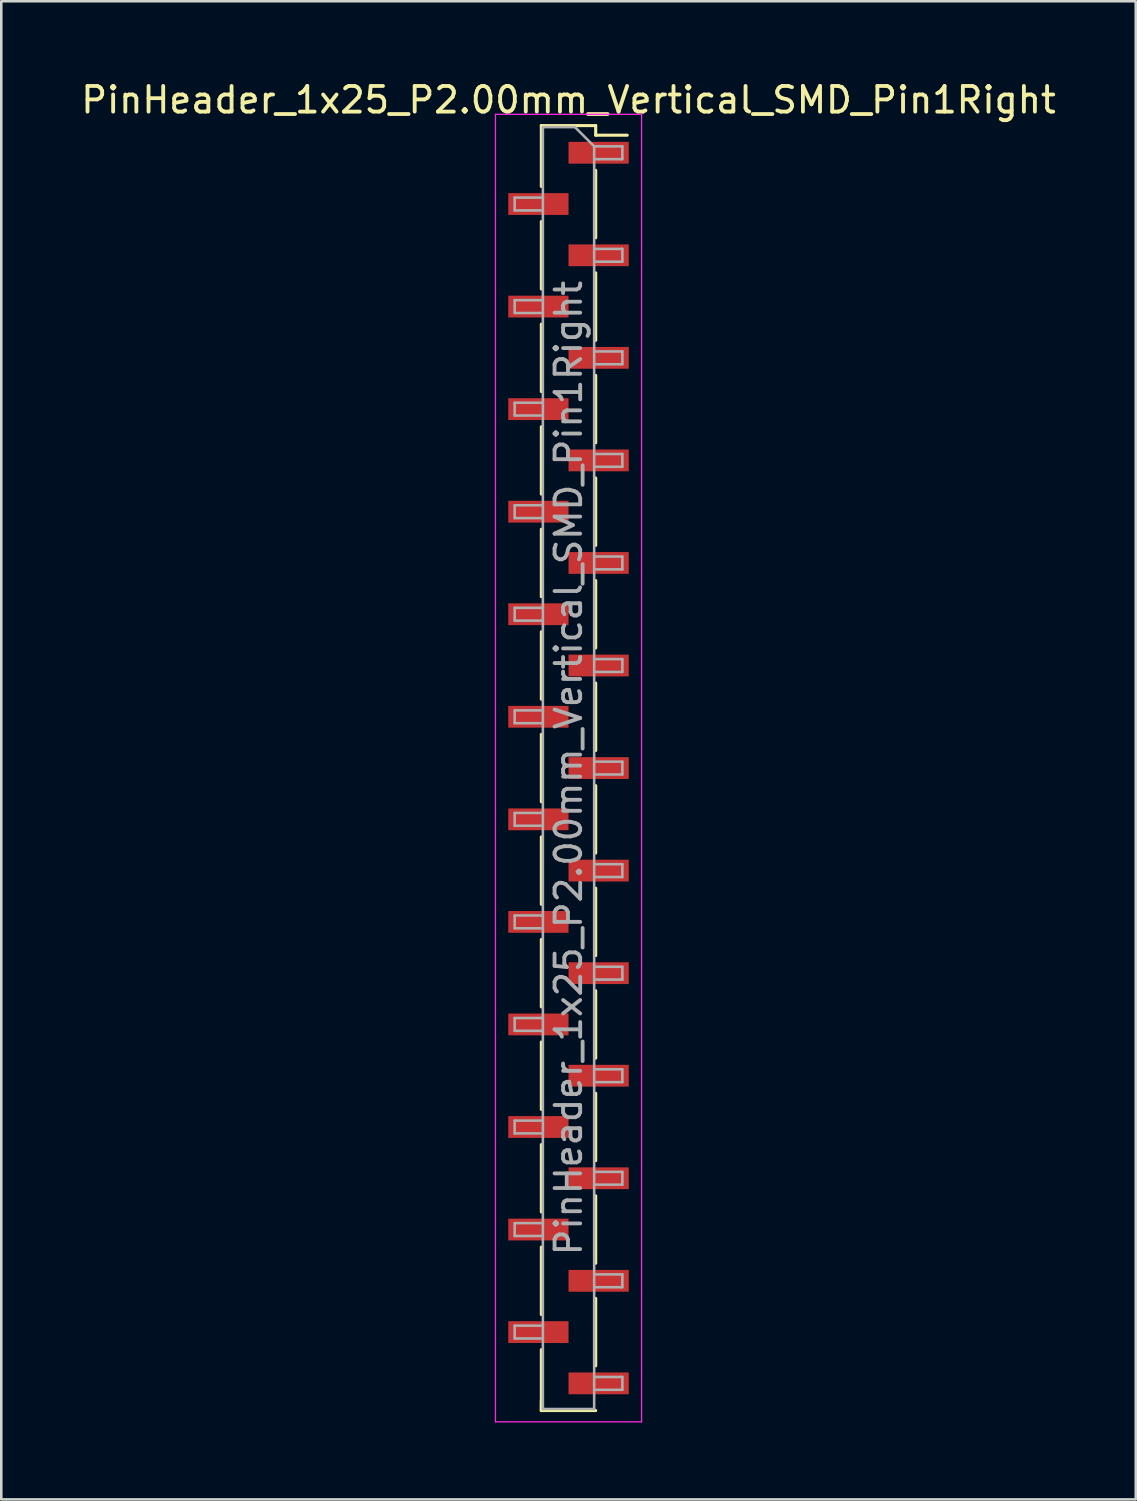
<source format=kicad_pcb>
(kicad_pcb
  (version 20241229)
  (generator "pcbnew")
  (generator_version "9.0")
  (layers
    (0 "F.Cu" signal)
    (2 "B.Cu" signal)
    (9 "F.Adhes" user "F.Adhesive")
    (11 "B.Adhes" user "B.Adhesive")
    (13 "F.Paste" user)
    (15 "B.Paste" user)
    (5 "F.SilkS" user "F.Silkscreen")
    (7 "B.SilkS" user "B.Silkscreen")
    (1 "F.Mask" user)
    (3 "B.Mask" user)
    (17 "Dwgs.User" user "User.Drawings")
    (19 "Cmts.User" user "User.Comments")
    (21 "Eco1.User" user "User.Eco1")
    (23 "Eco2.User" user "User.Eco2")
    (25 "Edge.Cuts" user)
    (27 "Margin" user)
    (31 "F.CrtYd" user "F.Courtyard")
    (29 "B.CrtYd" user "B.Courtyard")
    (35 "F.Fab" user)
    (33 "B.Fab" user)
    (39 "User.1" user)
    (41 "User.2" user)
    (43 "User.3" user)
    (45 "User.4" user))
  (footprint "PinHeader_1x25_P2.00mm_Vertical_SMD_Pin1Right"
    (layer "F.Cu")
    (at 19.125 26.908)
    (property "Reference" "PinHeader_1x25_P2.00mm_Vertical_SMD_Pin1Right" (at 0 -26.06 0) (layer "F.SilkS") (effects (font (size 1 1) (thickness 0.15))))
    (attr smd)
    (fp_line (start -1.06 -25.06) (end -1.06 -22.685) (stroke (width 0.12) (type solid)) (layer "F.SilkS"))
    (fp_line (start -1.06 -25.06) (end 1.06 -25.06) (stroke (width 0.12) (type solid)) (layer "F.SilkS"))
    (fp_line (start -1.06 -21.315) (end -1.06 -18.685) (stroke (width 0.12) (type solid)) (layer "F.SilkS"))
    (fp_line (start -1.06 -17.315) (end -1.06 -14.685) (stroke (width 0.12) (type solid)) (layer "F.SilkS"))
    (fp_line (start -1.06 -13.315) (end -1.06 -10.685) (stroke (width 0.12) (type solid)) (layer "F.SilkS"))
    (fp_line (start -1.06 -9.315) (end -1.06 -6.685) (stroke (width 0.12) (type solid)) (layer "F.SilkS"))
    (fp_line (start -1.06 -5.315) (end -1.06 -2.685) (stroke (width 0.12) (type solid)) (layer "F.SilkS"))
    (fp_line (start -1.06 -1.315) (end -1.06 1.315) (stroke (width 0.12) (type solid)) (layer "F.SilkS"))
    (fp_line (start -1.06 2.685) (end -1.06 5.315) (stroke (width 0.12) (type solid)) (layer "F.SilkS"))
    (fp_line (start -1.06 6.685) (end -1.06 9.315) (stroke (width 0.12) (type solid)) (layer "F.SilkS"))
    (fp_line (start -1.06 10.685) (end -1.06 13.315) (stroke (width 0.12) (type solid)) (layer "F.SilkS"))
    (fp_line (start -1.06 14.685) (end -1.06 17.315) (stroke (width 0.12) (type solid)) (layer "F.SilkS"))
    (fp_line (start -1.06 18.685) (end -1.06 21.315) (stroke (width 0.12) (type solid)) (layer "F.SilkS"))
    (fp_line (start -1.06 22.685) (end -1.06 25.06) (stroke (width 0.12) (type solid)) (layer "F.SilkS"))
    (fp_line (start -1.06 24.685) (end -1.06 25.06) (stroke (width 0.12) (type solid)) (layer "F.SilkS"))
    (fp_line (start -1.06 25.06) (end 1.06 25.06) (stroke (width 0.12) (type solid)) (layer "F.SilkS"))
    (fp_line (start 1.06 -25.06) (end 1.06 -24.685) (stroke (width 0.12) (type solid)) (layer "F.SilkS"))
    (fp_line (start 1.06 -24.685) (end 2.29 -24.685) (stroke (width 0.12) (type solid)) (layer "F.SilkS"))
    (fp_line (start 1.06 -23.315) (end 1.06 -20.685) (stroke (width 0.12) (type solid)) (layer "F.SilkS"))
    (fp_line (start 1.06 -19.315) (end 1.06 -16.685) (stroke (width 0.12) (type solid)) (layer "F.SilkS"))
    (fp_line (start 1.06 -15.315) (end 1.06 -12.685) (stroke (width 0.12) (type solid)) (layer "F.SilkS"))
    (fp_line (start 1.06 -11.315) (end 1.06 -8.685) (stroke (width 0.12) (type solid)) (layer "F.SilkS"))
    (fp_line (start 1.06 -7.315) (end 1.06 -4.685) (stroke (width 0.12) (type solid)) (layer "F.SilkS"))
    (fp_line (start 1.06 -3.315) (end 1.06 -0.685) (stroke (width 0.12) (type solid)) (layer "F.SilkS"))
    (fp_line (start 1.06 0.685) (end 1.06 3.315) (stroke (width 0.12) (type solid)) (layer "F.SilkS"))
    (fp_line (start 1.06 4.685) (end 1.06 7.315) (stroke (width 0.12) (type solid)) (layer "F.SilkS"))
    (fp_line (start 1.06 8.685) (end 1.06 11.315) (stroke (width 0.12) (type solid)) (layer "F.SilkS"))
    (fp_line (start 1.06 12.685) (end 1.06 15.315) (stroke (width 0.12) (type solid)) (layer "F.SilkS"))
    (fp_line (start 1.06 16.685) (end 1.06 19.315) (stroke (width 0.12) (type solid)) (layer "F.SilkS"))
    (fp_line (start 1.06 20.685) (end 1.06 23.315) (stroke (width 0.12) (type solid)) (layer "F.SilkS"))
    (fp_line (start -2.85 -25.5) (end -2.85 25.5) (stroke (width 0.05) (type solid)) (layer "F.CrtYd"))
    (fp_line (start -2.85 25.5) (end 2.85 25.5) (stroke (width 0.05) (type solid)) (layer "F.CrtYd"))
    (fp_line (start 2.85 -25.5) (end -2.85 -25.5) (stroke (width 0.05) (type solid)) (layer "F.CrtYd"))
    (fp_line (start 2.85 25.5) (end 2.85 -25.5) (stroke (width 0.05) (type solid)) (layer "F.CrtYd"))
    (fp_line (start -2.1 -22.25) (end -2.1 -21.75) (stroke (width 0.1) (type solid)) (layer "F.Fab"))
    (fp_line (start -2.1 -21.75) (end -1 -21.75) (stroke (width 0.1) (type solid)) (layer "F.Fab"))
    (fp_line (start -2.1 -18.25) (end -2.1 -17.75) (stroke (width 0.1) (type solid)) (layer "F.Fab"))
    (fp_line (start -2.1 -17.75) (end -1 -17.75) (stroke (width 0.1) (type solid)) (layer "F.Fab"))
    (fp_line (start -2.1 -14.25) (end -2.1 -13.75) (stroke (width 0.1) (type solid)) (layer "F.Fab"))
    (fp_line (start -2.1 -13.75) (end -1 -13.75) (stroke (width 0.1) (type solid)) (layer "F.Fab"))
    (fp_line (start -2.1 -10.25) (end -2.1 -9.75) (stroke (width 0.1) (type solid)) (layer "F.Fab"))
    (fp_line (start -2.1 -9.75) (end -1 -9.75) (stroke (width 0.1) (type solid)) (layer "F.Fab"))
    (fp_line (start -2.1 -6.25) (end -2.1 -5.75) (stroke (width 0.1) (type solid)) (layer "F.Fab"))
    (fp_line (start -2.1 -5.75) (end -1 -5.75) (stroke (width 0.1) (type solid)) (layer "F.Fab"))
    (fp_line (start -2.1 -2.25) (end -2.1 -1.75) (stroke (width 0.1) (type solid)) (layer "F.Fab"))
    (fp_line (start -2.1 -1.75) (end -1 -1.75) (stroke (width 0.1) (type solid)) (layer "F.Fab"))
    (fp_line (start -2.1 1.75) (end -2.1 2.25) (stroke (width 0.1) (type solid)) (layer "F.Fab"))
    (fp_line (start -2.1 2.25) (end -1 2.25) (stroke (width 0.1) (type solid)) (layer "F.Fab"))
    (fp_line (start -2.1 5.75) (end -2.1 6.25) (stroke (width 0.1) (type solid)) (layer "F.Fab"))
    (fp_line (start -2.1 6.25) (end -1 6.25) (stroke (width 0.1) (type solid)) (layer "F.Fab"))
    (fp_line (start -2.1 9.75) (end -2.1 10.25) (stroke (width 0.1) (type solid)) (layer "F.Fab"))
    (fp_line (start -2.1 10.25) (end -1 10.25) (stroke (width 0.1) (type solid)) (layer "F.Fab"))
    (fp_line (start -2.1 13.75) (end -2.1 14.25) (stroke (width 0.1) (type solid)) (layer "F.Fab"))
    (fp_line (start -2.1 14.25) (end -1 14.25) (stroke (width 0.1) (type solid)) (layer "F.Fab"))
    (fp_line (start -2.1 17.75) (end -2.1 18.25) (stroke (width 0.1) (type solid)) (layer "F.Fab"))
    (fp_line (start -2.1 18.25) (end -1 18.25) (stroke (width 0.1) (type solid)) (layer "F.Fab"))
    (fp_line (start -2.1 21.75) (end -2.1 22.25) (stroke (width 0.1) (type solid)) (layer "F.Fab"))
    (fp_line (start -2.1 22.25) (end -1 22.25) (stroke (width 0.1) (type solid)) (layer "F.Fab"))
    (fp_line (start -1 -25) (end -1 25) (stroke (width 0.1) (type solid)) (layer "F.Fab"))
    (fp_line (start -1 -25) (end 0.25 -25) (stroke (width 0.1) (type solid)) (layer "F.Fab"))
    (fp_line (start -1 -22.25) (end -2.1 -22.25) (stroke (width 0.1) (type solid)) (layer "F.Fab"))
    (fp_line (start -1 -18.25) (end -2.1 -18.25) (stroke (width 0.1) (type solid)) (layer "F.Fab"))
    (fp_line (start -1 -14.25) (end -2.1 -14.25) (stroke (width 0.1) (type solid)) (layer "F.Fab"))
    (fp_line (start -1 -10.25) (end -2.1 -10.25) (stroke (width 0.1) (type solid)) (layer "F.Fab"))
    (fp_line (start -1 -6.25) (end -2.1 -6.25) (stroke (width 0.1) (type solid)) (layer "F.Fab"))
    (fp_line (start -1 -2.25) (end -2.1 -2.25) (stroke (width 0.1) (type solid)) (layer "F.Fab"))
    (fp_line (start -1 1.75) (end -2.1 1.75) (stroke (width 0.1) (type solid)) (layer "F.Fab"))
    (fp_line (start -1 5.75) (end -2.1 5.75) (stroke (width 0.1) (type solid)) (layer "F.Fab"))
    (fp_line (start -1 9.75) (end -2.1 9.75) (stroke (width 0.1) (type solid)) (layer "F.Fab"))
    (fp_line (start -1 13.75) (end -2.1 13.75) (stroke (width 0.1) (type solid)) (layer "F.Fab"))
    (fp_line (start -1 17.75) (end -2.1 17.75) (stroke (width 0.1) (type solid)) (layer "F.Fab"))
    (fp_line (start -1 21.75) (end -2.1 21.75) (stroke (width 0.1) (type solid)) (layer "F.Fab"))
    (fp_line (start 1 -24.25) (end 0.25 -25) (stroke (width 0.1) (type solid)) (layer "F.Fab"))
    (fp_line (start 1 -24.25) (end 2.1 -24.25) (stroke (width 0.1) (type solid)) (layer "F.Fab"))
    (fp_line (start 1 -20.25) (end 2.1 -20.25) (stroke (width 0.1) (type solid)) (layer "F.Fab"))
    (fp_line (start 1 -16.25) (end 2.1 -16.25) (stroke (width 0.1) (type solid)) (layer "F.Fab"))
    (fp_line (start 1 -12.25) (end 2.1 -12.25) (stroke (width 0.1) (type solid)) (layer "F.Fab"))
    (fp_line (start 1 -8.25) (end 2.1 -8.25) (stroke (width 0.1) (type solid)) (layer "F.Fab"))
    (fp_line (start 1 -4.25) (end 2.1 -4.25) (stroke (width 0.1) (type solid)) (layer "F.Fab"))
    (fp_line (start 1 -0.25) (end 2.1 -0.25) (stroke (width 0.1) (type solid)) (layer "F.Fab"))
    (fp_line (start 1 3.75) (end 2.1 3.75) (stroke (width 0.1) (type solid)) (layer "F.Fab"))
    (fp_line (start 1 7.75) (end 2.1 7.75) (stroke (width 0.1) (type solid)) (layer "F.Fab"))
    (fp_line (start 1 11.75) (end 2.1 11.75) (stroke (width 0.1) (type solid)) (layer "F.Fab"))
    (fp_line (start 1 15.75) (end 2.1 15.75) (stroke (width 0.1) (type solid)) (layer "F.Fab"))
    (fp_line (start 1 19.75) (end 2.1 19.75) (stroke (width 0.1) (type solid)) (layer "F.Fab"))
    (fp_line (start 1 23.75) (end 2.1 23.75) (stroke (width 0.1) (type solid)) (layer "F.Fab"))
    (fp_line (start 1 25) (end -1 25) (stroke (width 0.1) (type solid)) (layer "F.Fab"))
    (fp_line (start 1 25) (end 1 -24.25) (stroke (width 0.1) (type solid)) (layer "F.Fab"))
    (fp_line (start 2.1 -24.25) (end 2.1 -23.75) (stroke (width 0.1) (type solid)) (layer "F.Fab"))
    (fp_line (start 2.1 -23.75) (end 1 -23.75) (stroke (width 0.1) (type solid)) (layer "F.Fab"))
    (fp_line (start 2.1 -20.25) (end 2.1 -19.75) (stroke (width 0.1) (type solid)) (layer "F.Fab"))
    (fp_line (start 2.1 -19.75) (end 1 -19.75) (stroke (width 0.1) (type solid)) (layer "F.Fab"))
    (fp_line (start 2.1 -16.25) (end 2.1 -15.75) (stroke (width 0.1) (type solid)) (layer "F.Fab"))
    (fp_line (start 2.1 -15.75) (end 1 -15.75) (stroke (width 0.1) (type solid)) (layer "F.Fab"))
    (fp_line (start 2.1 -12.25) (end 2.1 -11.75) (stroke (width 0.1) (type solid)) (layer "F.Fab"))
    (fp_line (start 2.1 -11.75) (end 1 -11.75) (stroke (width 0.1) (type solid)) (layer "F.Fab"))
    (fp_line (start 2.1 -8.25) (end 2.1 -7.75) (stroke (width 0.1) (type solid)) (layer "F.Fab"))
    (fp_line (start 2.1 -7.75) (end 1 -7.75) (stroke (width 0.1) (type solid)) (layer "F.Fab"))
    (fp_line (start 2.1 -4.25) (end 2.1 -3.75) (stroke (width 0.1) (type solid)) (layer "F.Fab"))
    (fp_line (start 2.1 -3.75) (end 1 -3.75) (stroke (width 0.1) (type solid)) (layer "F.Fab"))
    (fp_line (start 2.1 -0.25) (end 2.1 0.25) (stroke (width 0.1) (type solid)) (layer "F.Fab"))
    (fp_line (start 2.1 0.25) (end 1 0.25) (stroke (width 0.1) (type solid)) (layer "F.Fab"))
    (fp_line (start 2.1 3.75) (end 2.1 4.25) (stroke (width 0.1) (type solid)) (layer "F.Fab"))
    (fp_line (start 2.1 4.25) (end 1 4.25) (stroke (width 0.1) (type solid)) (layer "F.Fab"))
    (fp_line (start 2.1 7.75) (end 2.1 8.25) (stroke (width 0.1) (type solid)) (layer "F.Fab"))
    (fp_line (start 2.1 8.25) (end 1 8.25) (stroke (width 0.1) (type solid)) (layer "F.Fab"))
    (fp_line (start 2.1 11.75) (end 2.1 12.25) (stroke (width 0.1) (type solid)) (layer "F.Fab"))
    (fp_line (start 2.1 12.25) (end 1 12.25) (stroke (width 0.1) (type solid)) (layer "F.Fab"))
    (fp_line (start 2.1 15.75) (end 2.1 16.25) (stroke (width 0.1) (type solid)) (layer "F.Fab"))
    (fp_line (start 2.1 16.25) (end 1 16.25) (stroke (width 0.1) (type solid)) (layer "F.Fab"))
    (fp_line (start 2.1 19.75) (end 2.1 20.25) (stroke (width 0.1) (type solid)) (layer "F.Fab"))
    (fp_line (start 2.1 20.25) (end 1 20.25) (stroke (width 0.1) (type solid)) (layer "F.Fab"))
    (fp_line (start 2.1 23.75) (end 2.1 24.25) (stroke (width 0.1) (type solid)) (layer "F.Fab"))
    (fp_line (start 2.1 24.25) (end 1 24.25) (stroke (width 0.1) (type solid)) (layer "F.Fab"))
    (fp_text user "${REFERENCE}" (at 0 0 90) (layer "F.Fab") (effects (font (size 1 1) (thickness 0.15))))
    (pad "1" smd rect (at 1.175 -24) (size 2.35 0.85) (layers "F.Cu" "F.Mask" "F.Paste"))
    (pad "2" smd rect (at -1.175 -22) (size 2.35 0.85) (layers "F.Cu" "F.Mask" "F.Paste"))
    (pad "3" smd rect (at 1.175 -20) (size 2.35 0.85) (layers "F.Cu" "F.Mask" "F.Paste"))
    (pad "4" smd rect (at -1.175 -18) (size 2.35 0.85) (layers "F.Cu" "F.Mask" "F.Paste"))
    (pad "5" smd rect (at 1.175 -16) (size 2.35 0.85) (layers "F.Cu" "F.Mask" "F.Paste"))
    (pad "6" smd rect (at -1.175 -14) (size 2.35 0.85) (layers "F.Cu" "F.Mask" "F.Paste"))
    (pad "7" smd rect (at 1.175 -12) (size 2.35 0.85) (layers "F.Cu" "F.Mask" "F.Paste"))
    (pad "8" smd rect (at -1.175 -10) (size 2.35 0.85) (layers "F.Cu" "F.Mask" "F.Paste"))
    (pad "9" smd rect (at 1.175 -8) (size 2.35 0.85) (layers "F.Cu" "F.Mask" "F.Paste"))
    (pad "10" smd rect (at -1.175 -6) (size 2.35 0.85) (layers "F.Cu" "F.Mask" "F.Paste"))
    (pad "11" smd rect (at 1.175 -4) (size 2.35 0.85) (layers "F.Cu" "F.Mask" "F.Paste"))
    (pad "12" smd rect (at -1.175 -2) (size 2.35 0.85) (layers "F.Cu" "F.Mask" "F.Paste"))
    (pad "13" smd rect (at 1.175 0) (size 2.35 0.85) (layers "F.Cu" "F.Mask" "F.Paste"))
    (pad "14" smd rect (at -1.175 2) (size 2.35 0.85) (layers "F.Cu" "F.Mask" "F.Paste"))
    (pad "15" smd rect (at 1.175 4) (size 2.35 0.85) (layers "F.Cu" "F.Mask" "F.Paste"))
    (pad "16" smd rect (at -1.175 6) (size 2.35 0.85) (layers "F.Cu" "F.Mask" "F.Paste"))
    (pad "17" smd rect (at 1.175 8) (size 2.35 0.85) (layers "F.Cu" "F.Mask" "F.Paste"))
    (pad "18" smd rect (at -1.175 10) (size 2.35 0.85) (layers "F.Cu" "F.Mask" "F.Paste"))
    (pad "19" smd rect (at 1.175 12) (size 2.35 0.85) (layers "F.Cu" "F.Mask" "F.Paste"))
    (pad "20" smd rect (at -1.175 14) (size 2.35 0.85) (layers "F.Cu" "F.Mask" "F.Paste"))
    (pad "21" smd rect (at 1.175 16) (size 2.35 0.85) (layers "F.Cu" "F.Mask" "F.Paste"))
    (pad "22" smd rect (at -1.175 18) (size 2.35 0.85) (layers "F.Cu" "F.Mask" "F.Paste"))
    (pad "23" smd rect (at 1.175 20) (size 2.35 0.85) (layers "F.Cu" "F.Mask" "F.Paste"))
    (pad "24" smd rect (at -1.175 22) (size 2.35 0.85) (layers "F.Cu" "F.Mask" "F.Paste"))
    (pad "25" smd rect (at 1.175 24) (size 2.35 0.85) (layers "F.Cu" "F.Mask" "F.Paste")))
  (gr_rect
    (start -3 -3)
    (end 41.25 55.433)
    (stroke (width 0.1) (type default))
    (fill no)
    (layer "Edge.Cuts")))
</source>
